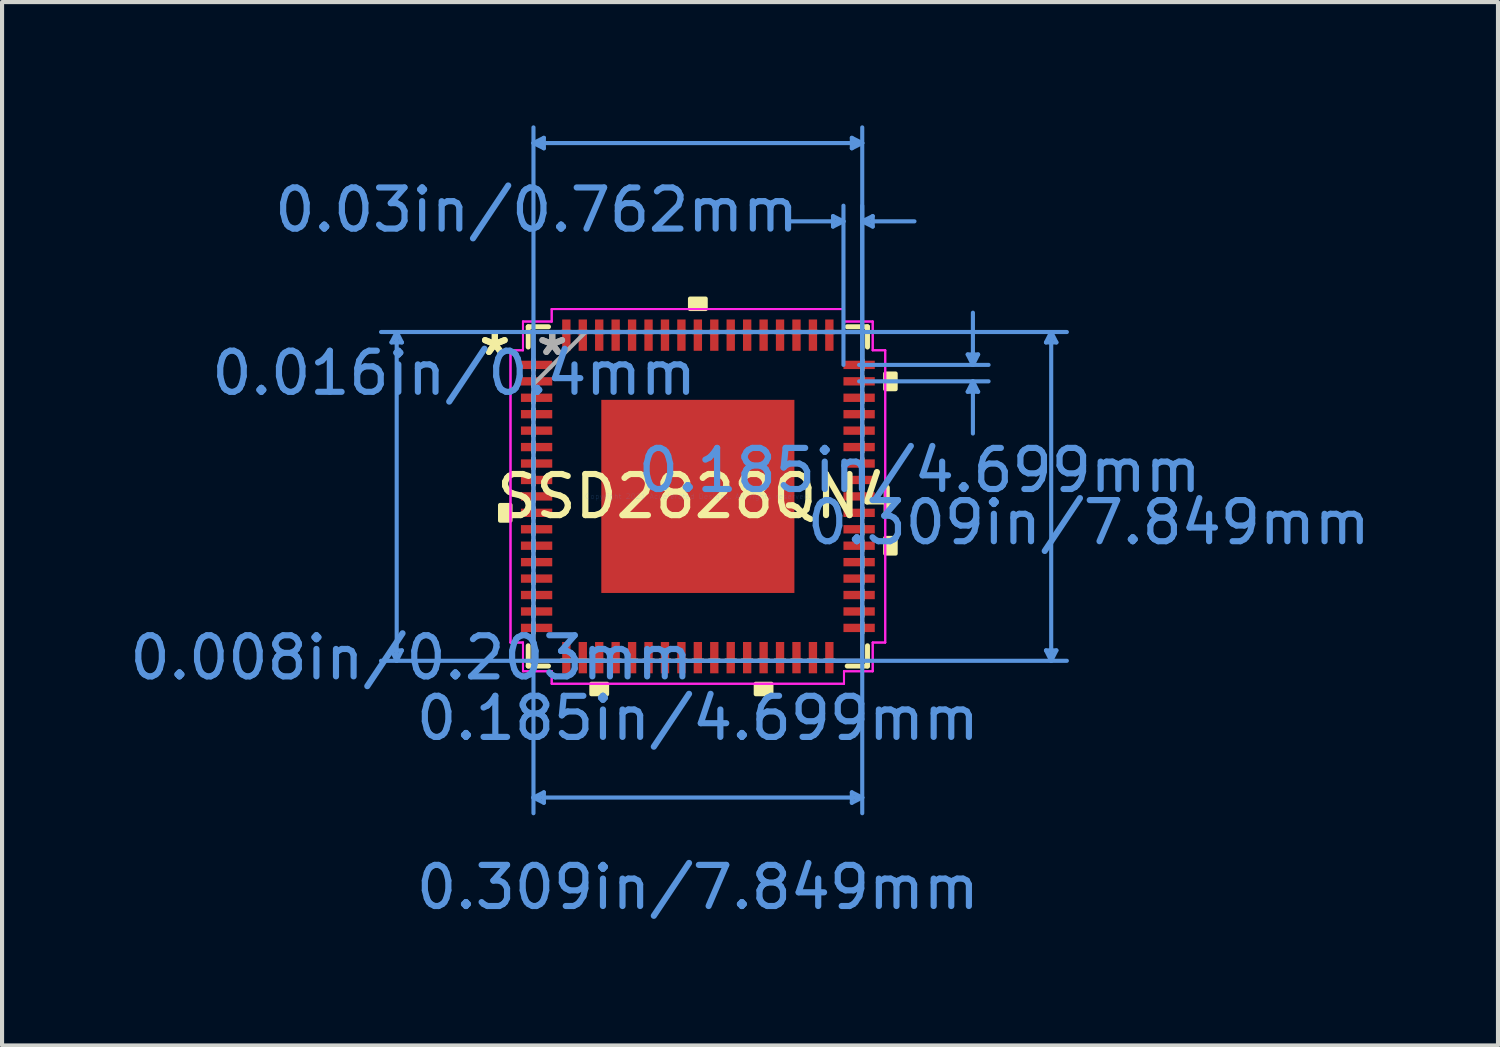
<source format=kicad_pcb>
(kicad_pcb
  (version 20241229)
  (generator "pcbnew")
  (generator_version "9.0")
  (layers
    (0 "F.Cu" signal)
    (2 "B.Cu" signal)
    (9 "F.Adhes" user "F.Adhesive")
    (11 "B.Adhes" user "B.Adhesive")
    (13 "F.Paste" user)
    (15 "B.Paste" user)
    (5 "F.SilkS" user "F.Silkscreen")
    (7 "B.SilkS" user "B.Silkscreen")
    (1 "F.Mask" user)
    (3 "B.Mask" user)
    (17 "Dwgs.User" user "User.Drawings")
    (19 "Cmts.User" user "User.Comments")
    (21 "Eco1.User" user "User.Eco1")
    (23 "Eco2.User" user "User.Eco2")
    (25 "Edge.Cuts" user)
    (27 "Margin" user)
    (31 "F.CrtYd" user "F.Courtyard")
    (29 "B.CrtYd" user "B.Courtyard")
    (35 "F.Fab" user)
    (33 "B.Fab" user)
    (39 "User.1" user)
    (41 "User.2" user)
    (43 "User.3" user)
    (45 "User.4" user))
  (footprint "SSD2828QN4"
    (layer "F.Cu")
    (at 13.931 9.029)
    (property "Reference" "SSD2828QN4" (at 0 0 0) (layer "F.SilkS") (effects (font (size 1 1) (thickness 0.15))))
    (attr through_hole)
    (fp_line (start -4.128 -4.128) (end -4.128 -3.634) (stroke (width 0.12) (type solid)) (layer "F.SilkS"))
    (fp_line (start -4.128 3.634) (end -4.128 4.128) (stroke (width 0.12) (type solid)) (layer "F.SilkS"))
    (fp_line (start -4.128 4.128) (end -3.634 4.128) (stroke (width 0.12) (type solid)) (layer "F.SilkS"))
    (fp_line (start -3.634 -4.128) (end -4.128 -4.128) (stroke (width 0.12) (type solid)) (layer "F.SilkS"))
    (fp_line (start 3.634 4.128) (end 4.128 4.128) (stroke (width 0.12) (type solid)) (layer "F.SilkS"))
    (fp_line (start 4.128 -4.128) (end 3.634 -4.128) (stroke (width 0.12) (type solid)) (layer "F.SilkS"))
    (fp_line (start 4.128 -3.634) (end 4.128 -4.128) (stroke (width 0.12) (type solid)) (layer "F.SilkS"))
    (fp_line (start 4.128 4.128) (end 4.128 3.634) (stroke (width 0.12) (type solid)) (layer "F.SilkS"))
    (fp_poly (pts (xy -4.813 0.209) (xy -4.813 0.59) (xy -4.559 0.59) (xy -4.559 0.209)) (stroke (width 0.1) (type solid)) (fill yes) (layer "F.SilkS"))
    (fp_poly (pts (xy -2.591 4.559) (xy -2.591 4.813) (xy -2.209 4.813) (xy -2.209 4.559)) (stroke (width 0.1) (type solid)) (fill yes) (layer "F.SilkS"))
    (fp_poly (pts (xy -0.191 -4.559) (xy -0.191 -4.813) (xy 0.191 -4.813) (xy 0.191 -4.559)) (stroke (width 0.1) (type solid)) (fill yes) (layer "F.SilkS"))
    (fp_poly (pts (xy 1.409 4.559) (xy 1.409 4.813) (xy 1.79 4.813) (xy 1.79 4.559)) (stroke (width 0.1) (type solid)) (fill yes) (layer "F.SilkS"))
    (fp_poly (pts (xy 4.813 -2.99) (xy 4.813 -2.609) (xy 4.559 -2.609) (xy 4.559 -2.99)) (stroke (width 0.1) (type solid)) (fill yes) (layer "F.SilkS"))
    (fp_poly (pts (xy 4.813 1.01) (xy 4.813 1.391) (xy 4.559 1.391) (xy 4.559 1.01)) (stroke (width 0.1) (type solid)) (fill yes) (layer "F.SilkS"))
    (fp_poly (pts (xy -2.249 -2.249) (xy -2.249 -0.883) (xy -0.883 -0.883) (xy -0.883 -2.249)) (stroke (width 0.1) (type solid)) (fill yes) (layer "F.Paste"))
    (fp_poly (pts (xy -2.249 -0.683) (xy -2.249 0.683) (xy -0.883 0.683) (xy -0.883 -0.683)) (stroke (width 0.1) (type solid)) (fill yes) (layer "F.Paste"))
    (fp_poly (pts (xy -2.249 0.883) (xy -2.249 2.249) (xy -0.883 2.249) (xy -0.883 0.883)) (stroke (width 0.1) (type solid)) (fill yes) (layer "F.Paste"))
    (fp_poly (pts (xy -0.683 -2.249) (xy -0.683 -0.883) (xy 0.683 -0.883) (xy 0.683 -2.249)) (stroke (width 0.1) (type solid)) (fill yes) (layer "F.Paste"))
    (fp_poly (pts (xy -0.683 -0.683) (xy -0.683 0.683) (xy 0.683 0.683) (xy 0.683 -0.683)) (stroke (width 0.1) (type solid)) (fill yes) (layer "F.Paste"))
    (fp_poly (pts (xy -0.683 0.883) (xy -0.683 2.249) (xy 0.683 2.249) (xy 0.683 0.883)) (stroke (width 0.1) (type solid)) (fill yes) (layer "F.Paste"))
    (fp_poly (pts (xy 0.883 -2.249) (xy 0.883 -0.883) (xy 2.249 -0.883) (xy 2.249 -2.249)) (stroke (width 0.1) (type solid)) (fill yes) (layer "F.Paste"))
    (fp_poly (pts (xy 0.883 -0.683) (xy 0.883 0.683) (xy 2.249 0.683) (xy 2.249 -0.683)) (stroke (width 0.1) (type solid)) (fill yes) (layer "F.Paste"))
    (fp_poly (pts (xy 0.883 0.883) (xy 0.883 2.249) (xy 2.249 2.249) (xy 2.249 0.883)) (stroke (width 0.1) (type solid)) (fill yes) (layer "F.Paste"))
    (fp_line (start -7.455 -3.747) (end -7.201 -3.747) (stroke (width 0.1) (type solid)) (layer "Cmts.User"))
    (fp_line (start -7.455 3.747) (end -7.201 3.747) (stroke (width 0.1) (type solid)) (layer "Cmts.User"))
    (fp_line (start -7.328 -4) (end -7.455 -3.747) (stroke (width 0.1) (type solid)) (layer "Cmts.User"))
    (fp_line (start -7.328 -4) (end -7.328 4) (stroke (width 0.1) (type solid)) (layer "Cmts.User"))
    (fp_line (start -7.328 -4) (end -7.201 -3.747) (stroke (width 0.1) (type solid)) (layer "Cmts.User"))
    (fp_line (start -7.328 4) (end -7.455 3.747) (stroke (width 0.1) (type solid)) (layer "Cmts.User"))
    (fp_line (start -7.328 4) (end -7.201 3.747) (stroke (width 0.1) (type solid)) (layer "Cmts.User"))
    (fp_line (start -4 -8.598) (end -3.747 -8.725) (stroke (width 0.1) (type solid)) (layer "Cmts.User"))
    (fp_line (start -4 -8.598) (end -3.747 -8.471) (stroke (width 0.1) (type solid)) (layer "Cmts.User"))
    (fp_line (start -4 -8.598) (end 4 -8.598) (stroke (width 0.1) (type solid)) (layer "Cmts.User"))
    (fp_line (start -4 -4) (end -4 7.709) (stroke (width 0.1) (type solid)) (layer "Cmts.User"))
    (fp_line (start -4 -3.2) (end -4 -8.979) (stroke (width 0.1) (type solid)) (layer "Cmts.User"))
    (fp_line (start -4 7.328) (end -3.747 7.201) (stroke (width 0.1) (type solid)) (layer "Cmts.User"))
    (fp_line (start -4 7.328) (end -3.747 7.455) (stroke (width 0.1) (type solid)) (layer "Cmts.User"))
    (fp_line (start -4 7.328) (end 4 7.328) (stroke (width 0.1) (type solid)) (layer "Cmts.User"))
    (fp_line (start -3.747 -8.725) (end -3.747 -8.471) (stroke (width 0.1) (type solid)) (layer "Cmts.User"))
    (fp_line (start -3.747 7.201) (end -3.747 7.455) (stroke (width 0.1) (type solid)) (layer "Cmts.User"))
    (fp_line (start 3.2 -4) (end 8.979 -4) (stroke (width 0.1) (type solid)) (layer "Cmts.User"))
    (fp_line (start 3.2 4) (end 8.979 4) (stroke (width 0.1) (type solid)) (layer "Cmts.User"))
    (fp_line (start 3.289 -6.82) (end 3.289 -6.566) (stroke (width 0.1) (type solid)) (layer "Cmts.User"))
    (fp_line (start 3.543 -6.693) (end 2.273 -6.693) (stroke (width 0.1) (type solid)) (layer "Cmts.User"))
    (fp_line (start 3.543 -6.693) (end 3.289 -6.82) (stroke (width 0.1) (type solid)) (layer "Cmts.User"))
    (fp_line (start 3.543 -6.693) (end 3.289 -6.566) (stroke (width 0.1) (type solid)) (layer "Cmts.User"))
    (fp_line (start 3.543 -3.2) (end 3.543 -7.074) (stroke (width 0.1) (type solid)) (layer "Cmts.User"))
    (fp_line (start 3.747 -8.725) (end 3.747 -8.471) (stroke (width 0.1) (type solid)) (layer "Cmts.User"))
    (fp_line (start 3.747 7.201) (end 3.747 7.455) (stroke (width 0.1) (type solid)) (layer "Cmts.User"))
    (fp_line (start 3.924 -3.2) (end 7.074 -3.2) (stroke (width 0.1) (type solid)) (layer "Cmts.User"))
    (fp_line (start 3.924 -2.8) (end 7.074 -2.8) (stroke (width 0.1) (type solid)) (layer "Cmts.User"))
    (fp_line (start 4 -8.598) (end 3.747 -8.725) (stroke (width 0.1) (type solid)) (layer "Cmts.User"))
    (fp_line (start 4 -8.598) (end 3.747 -8.471) (stroke (width 0.1) (type solid)) (layer "Cmts.User"))
    (fp_line (start 4 -6.693) (end 4.255 -6.82) (stroke (width 0.1) (type solid)) (layer "Cmts.User"))
    (fp_line (start 4 -6.693) (end 4.255 -6.566) (stroke (width 0.1) (type solid)) (layer "Cmts.User"))
    (fp_line (start 4 -6.693) (end 5.271 -6.693) (stroke (width 0.1) (type solid)) (layer "Cmts.User"))
    (fp_line (start 4 -4) (end -7.709 -4) (stroke (width 0.1) (type solid)) (layer "Cmts.User"))
    (fp_line (start 4 -4) (end 4 7.709) (stroke (width 0.1) (type solid)) (layer "Cmts.User"))
    (fp_line (start 4 -3.2) (end 4 -8.979) (stroke (width 0.1) (type solid)) (layer "Cmts.User"))
    (fp_line (start 4 -3.2) (end 4 -7.074) (stroke (width 0.1) (type solid)) (layer "Cmts.User"))
    (fp_line (start 4 4) (end -7.709 4) (stroke (width 0.1) (type solid)) (layer "Cmts.User"))
    (fp_line (start 4 7.328) (end 3.747 7.201) (stroke (width 0.1) (type solid)) (layer "Cmts.User"))
    (fp_line (start 4 7.328) (end 3.747 7.455) (stroke (width 0.1) (type solid)) (layer "Cmts.User"))
    (fp_line (start 4.255 -6.82) (end 4.255 -6.566) (stroke (width 0.1) (type solid)) (layer "Cmts.User"))
    (fp_line (start 6.566 -3.454) (end 6.82 -3.454) (stroke (width 0.1) (type solid)) (layer "Cmts.User"))
    (fp_line (start 6.566 -2.546) (end 6.82 -2.546) (stroke (width 0.1) (type solid)) (layer "Cmts.User"))
    (fp_line (start 6.693 -3.2) (end 6.566 -3.454) (stroke (width 0.1) (type solid)) (layer "Cmts.User"))
    (fp_line (start 6.693 -3.2) (end 6.693 -4.47) (stroke (width 0.1) (type solid)) (layer "Cmts.User"))
    (fp_line (start 6.693 -3.2) (end 6.82 -3.454) (stroke (width 0.1) (type solid)) (layer "Cmts.User"))
    (fp_line (start 6.693 -2.8) (end 6.566 -2.546) (stroke (width 0.1) (type solid)) (layer "Cmts.User"))
    (fp_line (start 6.693 -2.8) (end 6.693 -1.53) (stroke (width 0.1) (type solid)) (layer "Cmts.User"))
    (fp_line (start 6.693 -2.8) (end 6.82 -2.546) (stroke (width 0.1) (type solid)) (layer "Cmts.User"))
    (fp_line (start 8.471 -3.747) (end 8.725 -3.747) (stroke (width 0.1) (type solid)) (layer "Cmts.User"))
    (fp_line (start 8.471 3.747) (end 8.725 3.747) (stroke (width 0.1) (type solid)) (layer "Cmts.User"))
    (fp_line (start 8.598 -4) (end 8.471 -3.747) (stroke (width 0.1) (type solid)) (layer "Cmts.User"))
    (fp_line (start 8.598 -4) (end 8.598 4) (stroke (width 0.1) (type solid)) (layer "Cmts.User"))
    (fp_line (start 8.598 -4) (end 8.725 -3.747) (stroke (width 0.1) (type solid)) (layer "Cmts.User"))
    (fp_line (start 8.598 4) (end 8.471 3.747) (stroke (width 0.1) (type solid)) (layer "Cmts.User"))
    (fp_line (start 8.598 4) (end 8.725 3.747) (stroke (width 0.1) (type solid)) (layer "Cmts.User"))
    (fp_line (start -4.559 -3.556) (end -4.255 -3.556) (stroke (width 0.05) (type solid)) (layer "F.CrtYd"))
    (fp_line (start -4.559 -3.556) (end -4.255 -3.556) (stroke (width 0.05) (type solid)) (layer "F.CrtYd"))
    (fp_line (start -4.559 3.556) (end -4.559 -3.556) (stroke (width 0.05) (type solid)) (layer "F.CrtYd"))
    (fp_line (start -4.559 3.556) (end -4.559 -3.556) (stroke (width 0.05) (type solid)) (layer "F.CrtYd"))
    (fp_line (start -4.255 -4.255) (end -3.556 -4.255) (stroke (width 0.05) (type solid)) (layer "F.CrtYd"))
    (fp_line (start -4.255 -4.255) (end -3.556 -4.255) (stroke (width 0.05) (type solid)) (layer "F.CrtYd"))
    (fp_line (start -4.255 -3.556) (end -4.255 -4.255) (stroke (width 0.05) (type solid)) (layer "F.CrtYd"))
    (fp_line (start -4.255 -3.556) (end -4.255 -4.255) (stroke (width 0.05) (type solid)) (layer "F.CrtYd"))
    (fp_line (start -4.255 3.556) (end -4.559 3.556) (stroke (width 0.05) (type solid)) (layer "F.CrtYd"))
    (fp_line (start -4.255 3.556) (end -4.559 3.556) (stroke (width 0.05) (type solid)) (layer "F.CrtYd"))
    (fp_line (start -4.255 4.255) (end -4.255 3.556) (stroke (width 0.05) (type solid)) (layer "F.CrtYd"))
    (fp_line (start -4.255 4.255) (end -4.255 3.556) (stroke (width 0.05) (type solid)) (layer "F.CrtYd"))
    (fp_line (start -3.556 -4.559) (end 3.556 -4.559) (stroke (width 0.05) (type solid)) (layer "F.CrtYd"))
    (fp_line (start -3.556 -4.559) (end 3.556 -4.559) (stroke (width 0.05) (type solid)) (layer "F.CrtYd"))
    (fp_line (start -3.556 -4.255) (end -3.556 -4.559) (stroke (width 0.05) (type solid)) (layer "F.CrtYd"))
    (fp_line (start -3.556 -4.255) (end -3.556 -4.559) (stroke (width 0.05) (type solid)) (layer "F.CrtYd"))
    (fp_line (start -3.556 4.255) (end -4.255 4.255) (stroke (width 0.05) (type solid)) (layer "F.CrtYd"))
    (fp_line (start -3.556 4.255) (end -4.255 4.255) (stroke (width 0.05) (type solid)) (layer "F.CrtYd"))
    (fp_line (start -3.556 4.559) (end -3.556 4.255) (stroke (width 0.05) (type solid)) (layer "F.CrtYd"))
    (fp_line (start -3.556 4.559) (end -3.556 4.255) (stroke (width 0.05) (type solid)) (layer "F.CrtYd"))
    (fp_line (start 3.556 -4.559) (end 3.556 -4.255) (stroke (width 0.05) (type solid)) (layer "F.CrtYd"))
    (fp_line (start 3.556 -4.559) (end 3.556 -4.255) (stroke (width 0.05) (type solid)) (layer "F.CrtYd"))
    (fp_line (start 3.556 -4.255) (end 4.255 -4.255) (stroke (width 0.05) (type solid)) (layer "F.CrtYd"))
    (fp_line (start 3.556 -4.255) (end 4.255 -4.255) (stroke (width 0.05) (type solid)) (layer "F.CrtYd"))
    (fp_line (start 3.556 4.255) (end 3.556 4.559) (stroke (width 0.05) (type solid)) (layer "F.CrtYd"))
    (fp_line (start 3.556 4.255) (end 3.556 4.559) (stroke (width 0.05) (type solid)) (layer "F.CrtYd"))
    (fp_line (start 3.556 4.559) (end -3.556 4.559) (stroke (width 0.05) (type solid)) (layer "F.CrtYd"))
    (fp_line (start 3.556 4.559) (end -3.556 4.559) (stroke (width 0.05) (type solid)) (layer "F.CrtYd"))
    (fp_line (start 4.255 -4.255) (end 4.255 -3.556) (stroke (width 0.05) (type solid)) (layer "F.CrtYd"))
    (fp_line (start 4.255 -4.255) (end 4.255 -3.556) (stroke (width 0.05) (type solid)) (layer "F.CrtYd"))
    (fp_line (start 4.255 -3.556) (end 4.559 -3.556) (stroke (width 0.05) (type solid)) (layer "F.CrtYd"))
    (fp_line (start 4.255 -3.556) (end 4.559 -3.556) (stroke (width 0.05) (type solid)) (layer "F.CrtYd"))
    (fp_line (start 4.255 3.556) (end 4.255 4.255) (stroke (width 0.05) (type solid)) (layer "F.CrtYd"))
    (fp_line (start 4.255 3.556) (end 4.255 4.255) (stroke (width 0.05) (type solid)) (layer "F.CrtYd"))
    (fp_line (start 4.255 4.255) (end 3.556 4.255) (stroke (width 0.05) (type solid)) (layer "F.CrtYd"))
    (fp_line (start 4.255 4.255) (end 3.556 4.255) (stroke (width 0.05) (type solid)) (layer "F.CrtYd"))
    (fp_line (start 4.559 -3.556) (end 4.559 3.556) (stroke (width 0.05) (type solid)) (layer "F.CrtYd"))
    (fp_line (start 4.559 -3.556) (end 4.559 3.556) (stroke (width 0.05) (type solid)) (layer "F.CrtYd"))
    (fp_line (start 4.559 3.556) (end 4.255 3.556) (stroke (width 0.05) (type solid)) (layer "F.CrtYd"))
    (fp_line (start 4.559 3.556) (end 4.255 3.556) (stroke (width 0.05) (type solid)) (layer "F.CrtYd"))
    (fp_line (start -4 -4) (end -4 -4) (stroke (width 0.1) (type solid)) (layer "F.Fab"))
    (fp_line (start -4 -4) (end -4 4) (stroke (width 0.1) (type solid)) (layer "F.Fab"))
    (fp_line (start -4 -3.327) (end -4 -3.327) (stroke (width 0.1) (type solid)) (layer "F.Fab"))
    (fp_line (start -4 -3.327) (end -4 -3.073) (stroke (width 0.1) (type solid)) (layer "F.Fab"))
    (fp_line (start -4 -3.073) (end -4 -3.327) (stroke (width 0.1) (type solid)) (layer "F.Fab"))
    (fp_line (start -4 -3.073) (end -4 -3.073) (stroke (width 0.1) (type solid)) (layer "F.Fab"))
    (fp_line (start -4 -2.927) (end -4 -2.927) (stroke (width 0.1) (type solid)) (layer "F.Fab"))
    (fp_line (start -4 -2.927) (end -4 -2.673) (stroke (width 0.1) (type solid)) (layer "F.Fab"))
    (fp_line (start -4 -2.731) (end -2.731 -4) (stroke (width 0.1) (type solid)) (layer "F.Fab"))
    (fp_line (start -4 -2.673) (end -4 -2.927) (stroke (width 0.1) (type solid)) (layer "F.Fab"))
    (fp_line (start -4 -2.673) (end -4 -2.673) (stroke (width 0.1) (type solid)) (layer "F.Fab"))
    (fp_line (start -4 -2.527) (end -4 -2.527) (stroke (width 0.1) (type solid)) (layer "F.Fab"))
    (fp_line (start -4 -2.527) (end -4 -2.273) (stroke (width 0.1) (type solid)) (layer "F.Fab"))
    (fp_line (start -4 -2.273) (end -4 -2.527) (stroke (width 0.1) (type solid)) (layer "F.Fab"))
    (fp_line (start -4 -2.273) (end -4 -2.273) (stroke (width 0.1) (type solid)) (layer "F.Fab"))
    (fp_line (start -4 -2.127) (end -4 -2.127) (stroke (width 0.1) (type solid)) (layer "F.Fab"))
    (fp_line (start -4 -2.127) (end -4 -1.873) (stroke (width 0.1) (type solid)) (layer "F.Fab"))
    (fp_line (start -4 -1.873) (end -4 -2.127) (stroke (width 0.1) (type solid)) (layer "F.Fab"))
    (fp_line (start -4 -1.873) (end -4 -1.873) (stroke (width 0.1) (type solid)) (layer "F.Fab"))
    (fp_line (start -4 -1.727) (end -4 -1.727) (stroke (width 0.1) (type solid)) (layer "F.Fab"))
    (fp_line (start -4 -1.727) (end -4 -1.473) (stroke (width 0.1) (type solid)) (layer "F.Fab"))
    (fp_line (start -4 -1.473) (end -4 -1.727) (stroke (width 0.1) (type solid)) (layer "F.Fab"))
    (fp_line (start -4 -1.473) (end -4 -1.473) (stroke (width 0.1) (type solid)) (layer "F.Fab"))
    (fp_line (start -4 -1.327) (end -4 -1.327) (stroke (width 0.1) (type solid)) (layer "F.Fab"))
    (fp_line (start -4 -1.327) (end -4 -1.073) (stroke (width 0.1) (type solid)) (layer "F.Fab"))
    (fp_line (start -4 -1.073) (end -4 -1.327) (stroke (width 0.1) (type solid)) (layer "F.Fab"))
    (fp_line (start -4 -1.073) (end -4 -1.073) (stroke (width 0.1) (type solid)) (layer "F.Fab"))
    (fp_line (start -4 -0.927) (end -4 -0.927) (stroke (width 0.1) (type solid)) (layer "F.Fab"))
    (fp_line (start -4 -0.927) (end -4 -0.673) (stroke (width 0.1) (type solid)) (layer "F.Fab"))
    (fp_line (start -4 -0.673) (end -4 -0.927) (stroke (width 0.1) (type solid)) (layer "F.Fab"))
    (fp_line (start -4 -0.673) (end -4 -0.673) (stroke (width 0.1) (type solid)) (layer "F.Fab"))
    (fp_line (start -4 -0.527) (end -4 -0.527) (stroke (width 0.1) (type solid)) (layer "F.Fab"))
    (fp_line (start -4 -0.527) (end -4 -0.273) (stroke (width 0.1) (type solid)) (layer "F.Fab"))
    (fp_line (start -4 -0.273) (end -4 -0.527) (stroke (width 0.1) (type solid)) (layer "F.Fab"))
    (fp_line (start -4 -0.273) (end -4 -0.273) (stroke (width 0.1) (type solid)) (layer "F.Fab"))
    (fp_line (start -4 -0.127) (end -4 -0.127) (stroke (width 0.1) (type solid)) (layer "F.Fab"))
    (fp_line (start -4 -0.127) (end -4 0.127) (stroke (width 0.1) (type solid)) (layer "F.Fab"))
    (fp_line (start -4 0.127) (end -4 -0.127) (stroke (width 0.1) (type solid)) (layer "F.Fab"))
    (fp_line (start -4 0.127) (end -4 0.127) (stroke (width 0.1) (type solid)) (layer "F.Fab"))
    (fp_line (start -4 0.273) (end -4 0.273) (stroke (width 0.1) (type solid)) (layer "F.Fab"))
    (fp_line (start -4 0.273) (end -4 0.527) (stroke (width 0.1) (type solid)) (layer "F.Fab"))
    (fp_line (start -4 0.527) (end -4 0.273) (stroke (width 0.1) (type solid)) (layer "F.Fab"))
    (fp_line (start -4 0.527) (end -4 0.527) (stroke (width 0.1) (type solid)) (layer "F.Fab"))
    (fp_line (start -4 0.673) (end -4 0.673) (stroke (width 0.1) (type solid)) (layer "F.Fab"))
    (fp_line (start -4 0.673) (end -4 0.927) (stroke (width 0.1) (type solid)) (layer "F.Fab"))
    (fp_line (start -4 0.927) (end -4 0.673) (stroke (width 0.1) (type solid)) (layer "F.Fab"))
    (fp_line (start -4 0.927) (end -4 0.927) (stroke (width 0.1) (type solid)) (layer "F.Fab"))
    (fp_line (start -4 1.073) (end -4 1.073) (stroke (width 0.1) (type solid)) (layer "F.Fab"))
    (fp_line (start -4 1.073) (end -4 1.327) (stroke (width 0.1) (type solid)) (layer "F.Fab"))
    (fp_line (start -4 1.327) (end -4 1.073) (stroke (width 0.1) (type solid)) (layer "F.Fab"))
    (fp_line (start -4 1.327) (end -4 1.327) (stroke (width 0.1) (type solid)) (layer "F.Fab"))
    (fp_line (start -4 1.473) (end -4 1.473) (stroke (width 0.1) (type solid)) (layer "F.Fab"))
    (fp_line (start -4 1.473) (end -4 1.727) (stroke (width 0.1) (type solid)) (layer "F.Fab"))
    (fp_line (start -4 1.727) (end -4 1.473) (stroke (width 0.1) (type solid)) (layer "F.Fab"))
    (fp_line (start -4 1.727) (end -4 1.727) (stroke (width 0.1) (type solid)) (layer "F.Fab"))
    (fp_line (start -4 1.873) (end -4 1.873) (stroke (width 0.1) (type solid)) (layer "F.Fab"))
    (fp_line (start -4 1.873) (end -4 2.127) (stroke (width 0.1) (type solid)) (layer "F.Fab"))
    (fp_line (start -4 2.127) (end -4 1.873) (stroke (width 0.1) (type solid)) (layer "F.Fab"))
    (fp_line (start -4 2.127) (end -4 2.127) (stroke (width 0.1) (type solid)) (layer "F.Fab"))
    (fp_line (start -4 2.273) (end -4 2.273) (stroke (width 0.1) (type solid)) (layer "F.Fab"))
    (fp_line (start -4 2.273) (end -4 2.527) (stroke (width 0.1) (type solid)) (layer "F.Fab"))
    (fp_line (start -4 2.527) (end -4 2.273) (stroke (width 0.1) (type solid)) (layer "F.Fab"))
    (fp_line (start -4 2.527) (end -4 2.527) (stroke (width 0.1) (type solid)) (layer "F.Fab"))
    (fp_line (start -4 2.673) (end -4 2.673) (stroke (width 0.1) (type solid)) (layer "F.Fab"))
    (fp_line (start -4 2.673) (end -4 2.927) (stroke (width 0.1) (type solid)) (layer "F.Fab"))
    (fp_line (start -4 2.927) (end -4 2.673) (stroke (width 0.1) (type solid)) (layer "F.Fab"))
    (fp_line (start -4 2.927) (end -4 2.927) (stroke (width 0.1) (type solid)) (layer "F.Fab"))
    (fp_line (start -4 3.073) (end -4 3.073) (stroke (width 0.1) (type solid)) (layer "F.Fab"))
    (fp_line (start -4 3.073) (end -4 3.327) (stroke (width 0.1) (type solid)) (layer "F.Fab"))
    (fp_line (start -4 3.327) (end -4 3.073) (stroke (width 0.1) (type solid)) (layer "F.Fab"))
    (fp_line (start -4 3.327) (end -4 3.327) (stroke (width 0.1) (type solid)) (layer "F.Fab"))
    (fp_line (start -4 4) (end -4 4) (stroke (width 0.1) (type solid)) (layer "F.Fab"))
    (fp_line (start -4 4) (end 4 4) (stroke (width 0.1) (type solid)) (layer "F.Fab"))
    (fp_line (start -3.327 -4) (end -3.327 -4) (stroke (width 0.1) (type solid)) (layer "F.Fab"))
    (fp_line (start -3.327 -4) (end -3.073 -4) (stroke (width 0.1) (type solid)) (layer "F.Fab"))
    (fp_line (start -3.327 4) (end -3.327 4) (stroke (width 0.1) (type solid)) (layer "F.Fab"))
    (fp_line (start -3.327 4) (end -3.073 4) (stroke (width 0.1) (type solid)) (layer "F.Fab"))
    (fp_line (start -3.073 -4) (end -3.327 -4) (stroke (width 0.1) (type solid)) (layer "F.Fab"))
    (fp_line (start -3.073 -4) (end -3.073 -4) (stroke (width 0.1) (type solid)) (layer "F.Fab"))
    (fp_line (start -3.073 4) (end -3.327 4) (stroke (width 0.1) (type solid)) (layer "F.Fab"))
    (fp_line (start -3.073 4) (end -3.073 4) (stroke (width 0.1) (type solid)) (layer "F.Fab"))
    (fp_line (start -2.927 -4) (end -2.927 -4) (stroke (width 0.1) (type solid)) (layer "F.Fab"))
    (fp_line (start -2.927 -4) (end -2.673 -4) (stroke (width 0.1) (type solid)) (layer "F.Fab"))
    (fp_line (start -2.927 4) (end -2.927 4) (stroke (width 0.1) (type solid)) (layer "F.Fab"))
    (fp_line (start -2.927 4) (end -2.673 4) (stroke (width 0.1) (type solid)) (layer "F.Fab"))
    (fp_line (start -2.673 -4) (end -2.927 -4) (stroke (width 0.1) (type solid)) (layer "F.Fab"))
    (fp_line (start -2.673 -4) (end -2.673 -4) (stroke (width 0.1) (type solid)) (layer "F.Fab"))
    (fp_line (start -2.673 4) (end -2.927 4) (stroke (width 0.1) (type solid)) (layer "F.Fab"))
    (fp_line (start -2.673 4) (end -2.673 4) (stroke (width 0.1) (type solid)) (layer "F.Fab"))
    (fp_line (start -2.527 -4) (end -2.527 -4) (stroke (width 0.1) (type solid)) (layer "F.Fab"))
    (fp_line (start -2.527 -4) (end -2.273 -4) (stroke (width 0.1) (type solid)) (layer "F.Fab"))
    (fp_line (start -2.527 4) (end -2.527 4) (stroke (width 0.1) (type solid)) (layer "F.Fab"))
    (fp_line (start -2.527 4) (end -2.273 4) (stroke (width 0.1) (type solid)) (layer "F.Fab"))
    (fp_line (start -2.273 -4) (end -2.527 -4) (stroke (width 0.1) (type solid)) (layer "F.Fab"))
    (fp_line (start -2.273 -4) (end -2.273 -4) (stroke (width 0.1) (type solid)) (layer "F.Fab"))
    (fp_line (start -2.273 4) (end -2.527 4) (stroke (width 0.1) (type solid)) (layer "F.Fab"))
    (fp_line (start -2.273 4) (end -2.273 4) (stroke (width 0.1) (type solid)) (layer "F.Fab"))
    (fp_line (start -2.127 -4) (end -2.127 -4) (stroke (width 0.1) (type solid)) (layer "F.Fab"))
    (fp_line (start -2.127 -4) (end -1.873 -4) (stroke (width 0.1) (type solid)) (layer "F.Fab"))
    (fp_line (start -2.127 4) (end -2.127 4) (stroke (width 0.1) (type solid)) (layer "F.Fab"))
    (fp_line (start -2.127 4) (end -1.873 4) (stroke (width 0.1) (type solid)) (layer "F.Fab"))
    (fp_line (start -1.873 -4) (end -2.127 -4) (stroke (width 0.1) (type solid)) (layer "F.Fab"))
    (fp_line (start -1.873 -4) (end -1.873 -4) (stroke (width 0.1) (type solid)) (layer "F.Fab"))
    (fp_line (start -1.873 4) (end -2.127 4) (stroke (width 0.1) (type solid)) (layer "F.Fab"))
    (fp_line (start -1.873 4) (end -1.873 4) (stroke (width 0.1) (type solid)) (layer "F.Fab"))
    (fp_line (start -1.727 -4) (end -1.727 -4) (stroke (width 0.1) (type solid)) (layer "F.Fab"))
    (fp_line (start -1.727 -4) (end -1.473 -4) (stroke (width 0.1) (type solid)) (layer "F.Fab"))
    (fp_line (start -1.727 4) (end -1.727 4) (stroke (width 0.1) (type solid)) (layer "F.Fab"))
    (fp_line (start -1.727 4) (end -1.473 4) (stroke (width 0.1) (type solid)) (layer "F.Fab"))
    (fp_line (start -1.473 -4) (end -1.727 -4) (stroke (width 0.1) (type solid)) (layer "F.Fab"))
    (fp_line (start -1.473 -4) (end -1.473 -4) (stroke (width 0.1) (type solid)) (layer "F.Fab"))
    (fp_line (start -1.473 4) (end -1.727 4) (stroke (width 0.1) (type solid)) (layer "F.Fab"))
    (fp_line (start -1.473 4) (end -1.473 4) (stroke (width 0.1) (type solid)) (layer "F.Fab"))
    (fp_line (start -1.327 -4) (end -1.327 -4) (stroke (width 0.1) (type solid)) (layer "F.Fab"))
    (fp_line (start -1.327 -4) (end -1.073 -4) (stroke (width 0.1) (type solid)) (layer "F.Fab"))
    (fp_line (start -1.327 4) (end -1.327 4) (stroke (width 0.1) (type solid)) (layer "F.Fab"))
    (fp_line (start -1.327 4) (end -1.073 4) (stroke (width 0.1) (type solid)) (layer "F.Fab"))
    (fp_line (start -1.073 -4) (end -1.327 -4) (stroke (width 0.1) (type solid)) (layer "F.Fab"))
    (fp_line (start -1.073 -4) (end -1.073 -4) (stroke (width 0.1) (type solid)) (layer "F.Fab"))
    (fp_line (start -1.073 4) (end -1.327 4) (stroke (width 0.1) (type solid)) (layer "F.Fab"))
    (fp_line (start -1.073 4) (end -1.073 4) (stroke (width 0.1) (type solid)) (layer "F.Fab"))
    (fp_line (start -0.927 -4) (end -0.927 -4) (stroke (width 0.1) (type solid)) (layer "F.Fab"))
    (fp_line (start -0.927 -4) (end -0.673 -4) (stroke (width 0.1) (type solid)) (layer "F.Fab"))
    (fp_line (start -0.927 4) (end -0.927 4) (stroke (width 0.1) (type solid)) (layer "F.Fab"))
    (fp_line (start -0.927 4) (end -0.673 4) (stroke (width 0.1) (type solid)) (layer "F.Fab"))
    (fp_line (start -0.673 -4) (end -0.927 -4) (stroke (width 0.1) (type solid)) (layer "F.Fab"))
    (fp_line (start -0.673 -4) (end -0.673 -4) (stroke (width 0.1) (type solid)) (layer "F.Fab"))
    (fp_line (start -0.673 4) (end -0.927 4) (stroke (width 0.1) (type solid)) (layer "F.Fab"))
    (fp_line (start -0.673 4) (end -0.673 4) (stroke (width 0.1) (type solid)) (layer "F.Fab"))
    (fp_line (start -0.527 -4) (end -0.527 -4) (stroke (width 0.1) (type solid)) (layer "F.Fab"))
    (fp_line (start -0.527 -4) (end -0.273 -4) (stroke (width 0.1) (type solid)) (layer "F.Fab"))
    (fp_line (start -0.527 4) (end -0.527 4) (stroke (width 0.1) (type solid)) (layer "F.Fab"))
    (fp_line (start -0.527 4) (end -0.273 4) (stroke (width 0.1) (type solid)) (layer "F.Fab"))
    (fp_line (start -0.273 -4) (end -0.527 -4) (stroke (width 0.1) (type solid)) (layer "F.Fab"))
    (fp_line (start -0.273 -4) (end -0.273 -4) (stroke (width 0.1) (type solid)) (layer "F.Fab"))
    (fp_line (start -0.273 4) (end -0.527 4) (stroke (width 0.1) (type solid)) (layer "F.Fab"))
    (fp_line (start -0.273 4) (end -0.273 4) (stroke (width 0.1) (type solid)) (layer "F.Fab"))
    (fp_line (start -0.127 -4) (end -0.127 -4) (stroke (width 0.1) (type solid)) (layer "F.Fab"))
    (fp_line (start -0.127 -4) (end 0.127 -4) (stroke (width 0.1) (type solid)) (layer "F.Fab"))
    (fp_line (start -0.127 4) (end -0.127 4) (stroke (width 0.1) (type solid)) (layer "F.Fab"))
    (fp_line (start -0.127 4) (end 0.127 4) (stroke (width 0.1) (type solid)) (layer "F.Fab"))
    (fp_line (start 0.127 -4) (end -0.127 -4) (stroke (width 0.1) (type solid)) (layer "F.Fab"))
    (fp_line (start 0.127 -4) (end 0.127 -4) (stroke (width 0.1) (type solid)) (layer "F.Fab"))
    (fp_line (start 0.127 4) (end -0.127 4) (stroke (width 0.1) (type solid)) (layer "F.Fab"))
    (fp_line (start 0.127 4) (end 0.127 4) (stroke (width 0.1) (type solid)) (layer "F.Fab"))
    (fp_line (start 0.273 -4) (end 0.273 -4) (stroke (width 0.1) (type solid)) (layer "F.Fab"))
    (fp_line (start 0.273 -4) (end 0.527 -4) (stroke (width 0.1) (type solid)) (layer "F.Fab"))
    (fp_line (start 0.273 4) (end 0.273 4) (stroke (width 0.1) (type solid)) (layer "F.Fab"))
    (fp_line (start 0.273 4) (end 0.527 4) (stroke (width 0.1) (type solid)) (layer "F.Fab"))
    (fp_line (start 0.527 -4) (end 0.273 -4) (stroke (width 0.1) (type solid)) (layer "F.Fab"))
    (fp_line (start 0.527 -4) (end 0.527 -4) (stroke (width 0.1) (type solid)) (layer "F.Fab"))
    (fp_line (start 0.527 4) (end 0.273 4) (stroke (width 0.1) (type solid)) (layer "F.Fab"))
    (fp_line (start 0.527 4) (end 0.527 4) (stroke (width 0.1) (type solid)) (layer "F.Fab"))
    (fp_line (start 0.673 -4) (end 0.673 -4) (stroke (width 0.1) (type solid)) (layer "F.Fab"))
    (fp_line (start 0.673 -4) (end 0.927 -4) (stroke (width 0.1) (type solid)) (layer "F.Fab"))
    (fp_line (start 0.673 4) (end 0.673 4) (stroke (width 0.1) (type solid)) (layer "F.Fab"))
    (fp_line (start 0.673 4) (end 0.927 4) (stroke (width 0.1) (type solid)) (layer "F.Fab"))
    (fp_line (start 0.927 -4) (end 0.673 -4) (stroke (width 0.1) (type solid)) (layer "F.Fab"))
    (fp_line (start 0.927 -4) (end 0.927 -4) (stroke (width 0.1) (type solid)) (layer "F.Fab"))
    (fp_line (start 0.927 4) (end 0.673 4) (stroke (width 0.1) (type solid)) (layer "F.Fab"))
    (fp_line (start 0.927 4) (end 0.927 4) (stroke (width 0.1) (type solid)) (layer "F.Fab"))
    (fp_line (start 1.073 -4) (end 1.073 -4) (stroke (width 0.1) (type solid)) (layer "F.Fab"))
    (fp_line (start 1.073 -4) (end 1.327 -4) (stroke (width 0.1) (type solid)) (layer "F.Fab"))
    (fp_line (start 1.073 4) (end 1.073 4) (stroke (width 0.1) (type solid)) (layer "F.Fab"))
    (fp_line (start 1.073 4) (end 1.327 4) (stroke (width 0.1) (type solid)) (layer "F.Fab"))
    (fp_line (start 1.327 -4) (end 1.073 -4) (stroke (width 0.1) (type solid)) (layer "F.Fab"))
    (fp_line (start 1.327 -4) (end 1.327 -4) (stroke (width 0.1) (type solid)) (layer "F.Fab"))
    (fp_line (start 1.327 4) (end 1.073 4) (stroke (width 0.1) (type solid)) (layer "F.Fab"))
    (fp_line (start 1.327 4) (end 1.327 4) (stroke (width 0.1) (type solid)) (layer "F.Fab"))
    (fp_line (start 1.473 -4) (end 1.473 -4) (stroke (width 0.1) (type solid)) (layer "F.Fab"))
    (fp_line (start 1.473 -4) (end 1.727 -4) (stroke (width 0.1) (type solid)) (layer "F.Fab"))
    (fp_line (start 1.473 4) (end 1.473 4) (stroke (width 0.1) (type solid)) (layer "F.Fab"))
    (fp_line (start 1.473 4) (end 1.727 4) (stroke (width 0.1) (type solid)) (layer "F.Fab"))
    (fp_line (start 1.727 -4) (end 1.473 -4) (stroke (width 0.1) (type solid)) (layer "F.Fab"))
    (fp_line (start 1.727 -4) (end 1.727 -4) (stroke (width 0.1) (type solid)) (layer "F.Fab"))
    (fp_line (start 1.727 4) (end 1.473 4) (stroke (width 0.1) (type solid)) (layer "F.Fab"))
    (fp_line (start 1.727 4) (end 1.727 4) (stroke (width 0.1) (type solid)) (layer "F.Fab"))
    (fp_line (start 1.873 -4) (end 1.873 -4) (stroke (width 0.1) (type solid)) (layer "F.Fab"))
    (fp_line (start 1.873 -4) (end 2.127 -4) (stroke (width 0.1) (type solid)) (layer "F.Fab"))
    (fp_line (start 1.873 4) (end 1.873 4) (stroke (width 0.1) (type solid)) (layer "F.Fab"))
    (fp_line (start 1.873 4) (end 2.127 4) (stroke (width 0.1) (type solid)) (layer "F.Fab"))
    (fp_line (start 2.127 -4) (end 1.873 -4) (stroke (width 0.1) (type solid)) (layer "F.Fab"))
    (fp_line (start 2.127 -4) (end 2.127 -4) (stroke (width 0.1) (type solid)) (layer "F.Fab"))
    (fp_line (start 2.127 4) (end 1.873 4) (stroke (width 0.1) (type solid)) (layer "F.Fab"))
    (fp_line (start 2.127 4) (end 2.127 4) (stroke (width 0.1) (type solid)) (layer "F.Fab"))
    (fp_line (start 2.273 -4) (end 2.273 -4) (stroke (width 0.1) (type solid)) (layer "F.Fab"))
    (fp_line (start 2.273 -4) (end 2.527 -4) (stroke (width 0.1) (type solid)) (layer "F.Fab"))
    (fp_line (start 2.273 4) (end 2.273 4) (stroke (width 0.1) (type solid)) (layer "F.Fab"))
    (fp_line (start 2.273 4) (end 2.527 4) (stroke (width 0.1) (type solid)) (layer "F.Fab"))
    (fp_line (start 2.527 -4) (end 2.273 -4) (stroke (width 0.1) (type solid)) (layer "F.Fab"))
    (fp_line (start 2.527 -4) (end 2.527 -4) (stroke (width 0.1) (type solid)) (layer "F.Fab"))
    (fp_line (start 2.527 4) (end 2.273 4) (stroke (width 0.1) (type solid)) (layer "F.Fab"))
    (fp_line (start 2.527 4) (end 2.527 4) (stroke (width 0.1) (type solid)) (layer "F.Fab"))
    (fp_line (start 2.673 -4) (end 2.673 -4) (stroke (width 0.1) (type solid)) (layer "F.Fab"))
    (fp_line (start 2.673 -4) (end 2.927 -4) (stroke (width 0.1) (type solid)) (layer "F.Fab"))
    (fp_line (start 2.673 4) (end 2.673 4) (stroke (width 0.1) (type solid)) (layer "F.Fab"))
    (fp_line (start 2.673 4) (end 2.927 4) (stroke (width 0.1) (type solid)) (layer "F.Fab"))
    (fp_line (start 2.927 -4) (end 2.673 -4) (stroke (width 0.1) (type solid)) (layer "F.Fab"))
    (fp_line (start 2.927 -4) (end 2.927 -4) (stroke (width 0.1) (type solid)) (layer "F.Fab"))
    (fp_line (start 2.927 4) (end 2.673 4) (stroke (width 0.1) (type solid)) (layer "F.Fab"))
    (fp_line (start 2.927 4) (end 2.927 4) (stroke (width 0.1) (type solid)) (layer "F.Fab"))
    (fp_line (start 3.073 -4) (end 3.073 -4) (stroke (width 0.1) (type solid)) (layer "F.Fab"))
    (fp_line (start 3.073 -4) (end 3.327 -4) (stroke (width 0.1) (type solid)) (layer "F.Fab"))
    (fp_line (start 3.073 4) (end 3.073 4) (stroke (width 0.1) (type solid)) (layer "F.Fab"))
    (fp_line (start 3.073 4) (end 3.327 4) (stroke (width 0.1) (type solid)) (layer "F.Fab"))
    (fp_line (start 3.327 -4) (end 3.073 -4) (stroke (width 0.1) (type solid)) (layer "F.Fab"))
    (fp_line (start 3.327 -4) (end 3.327 -4) (stroke (width 0.1) (type solid)) (layer "F.Fab"))
    (fp_line (start 3.327 4) (end 3.073 4) (stroke (width 0.1) (type solid)) (layer "F.Fab"))
    (fp_line (start 3.327 4) (end 3.327 4) (stroke (width 0.1) (type solid)) (layer "F.Fab"))
    (fp_line (start 4 -4) (end -4 -4) (stroke (width 0.1) (type solid)) (layer "F.Fab"))
    (fp_line (start 4 -4) (end 4 -4) (stroke (width 0.1) (type solid)) (layer "F.Fab"))
    (fp_line (start 4 -3.327) (end 4 -3.327) (stroke (width 0.1) (type solid)) (layer "F.Fab"))
    (fp_line (start 4 -3.327) (end 4 -3.073) (stroke (width 0.1) (type solid)) (layer "F.Fab"))
    (fp_line (start 4 -3.073) (end 4 -3.327) (stroke (width 0.1) (type solid)) (layer "F.Fab"))
    (fp_line (start 4 -3.073) (end 4 -3.073) (stroke (width 0.1) (type solid)) (layer "F.Fab"))
    (fp_line (start 4 -2.927) (end 4 -2.927) (stroke (width 0.1) (type solid)) (layer "F.Fab"))
    (fp_line (start 4 -2.927) (end 4 -2.673) (stroke (width 0.1) (type solid)) (layer "F.Fab"))
    (fp_line (start 4 -2.673) (end 4 -2.927) (stroke (width 0.1) (type solid)) (layer "F.Fab"))
    (fp_line (start 4 -2.673) (end 4 -2.673) (stroke (width 0.1) (type solid)) (layer "F.Fab"))
    (fp_line (start 4 -2.527) (end 4 -2.527) (stroke (width 0.1) (type solid)) (layer "F.Fab"))
    (fp_line (start 4 -2.527) (end 4 -2.273) (stroke (width 0.1) (type solid)) (layer "F.Fab"))
    (fp_line (start 4 -2.273) (end 4 -2.527) (stroke (width 0.1) (type solid)) (layer "F.Fab"))
    (fp_line (start 4 -2.273) (end 4 -2.273) (stroke (width 0.1) (type solid)) (layer "F.Fab"))
    (fp_line (start 4 -2.127) (end 4 -2.127) (stroke (width 0.1) (type solid)) (layer "F.Fab"))
    (fp_line (start 4 -2.127) (end 4 -1.873) (stroke (width 0.1) (type solid)) (layer "F.Fab"))
    (fp_line (start 4 -1.873) (end 4 -2.127) (stroke (width 0.1) (type solid)) (layer "F.Fab"))
    (fp_line (start 4 -1.873) (end 4 -1.873) (stroke (width 0.1) (type solid)) (layer "F.Fab"))
    (fp_line (start 4 -1.727) (end 4 -1.727) (stroke (width 0.1) (type solid)) (layer "F.Fab"))
    (fp_line (start 4 -1.727) (end 4 -1.473) (stroke (width 0.1) (type solid)) (layer "F.Fab"))
    (fp_line (start 4 -1.473) (end 4 -1.727) (stroke (width 0.1) (type solid)) (layer "F.Fab"))
    (fp_line (start 4 -1.473) (end 4 -1.473) (stroke (width 0.1) (type solid)) (layer "F.Fab"))
    (fp_line (start 4 -1.327) (end 4 -1.327) (stroke (width 0.1) (type solid)) (layer "F.Fab"))
    (fp_line (start 4 -1.327) (end 4 -1.073) (stroke (width 0.1) (type solid)) (layer "F.Fab"))
    (fp_line (start 4 -1.073) (end 4 -1.327) (stroke (width 0.1) (type solid)) (layer "F.Fab"))
    (fp_line (start 4 -1.073) (end 4 -1.073) (stroke (width 0.1) (type solid)) (layer "F.Fab"))
    (fp_line (start 4 -0.927) (end 4 -0.927) (stroke (width 0.1) (type solid)) (layer "F.Fab"))
    (fp_line (start 4 -0.927) (end 4 -0.673) (stroke (width 0.1) (type solid)) (layer "F.Fab"))
    (fp_line (start 4 -0.673) (end 4 -0.927) (stroke (width 0.1) (type solid)) (layer "F.Fab"))
    (fp_line (start 4 -0.673) (end 4 -0.673) (stroke (width 0.1) (type solid)) (layer "F.Fab"))
    (fp_line (start 4 -0.527) (end 4 -0.527) (stroke (width 0.1) (type solid)) (layer "F.Fab"))
    (fp_line (start 4 -0.527) (end 4 -0.273) (stroke (width 0.1) (type solid)) (layer "F.Fab"))
    (fp_line (start 4 -0.273) (end 4 -0.527) (stroke (width 0.1) (type solid)) (layer "F.Fab"))
    (fp_line (start 4 -0.273) (end 4 -0.273) (stroke (width 0.1) (type solid)) (layer "F.Fab"))
    (fp_line (start 4 -0.127) (end 4 -0.127) (stroke (width 0.1) (type solid)) (layer "F.Fab"))
    (fp_line (start 4 -0.127) (end 4 0.127) (stroke (width 0.1) (type solid)) (layer "F.Fab"))
    (fp_line (start 4 0.127) (end 4 -0.127) (stroke (width 0.1) (type solid)) (layer "F.Fab"))
    (fp_line (start 4 0.127) (end 4 0.127) (stroke (width 0.1) (type solid)) (layer "F.Fab"))
    (fp_line (start 4 0.273) (end 4 0.273) (stroke (width 0.1) (type solid)) (layer "F.Fab"))
    (fp_line (start 4 0.273) (end 4 0.527) (stroke (width 0.1) (type solid)) (layer "F.Fab"))
    (fp_line (start 4 0.527) (end 4 0.273) (stroke (width 0.1) (type solid)) (layer "F.Fab"))
    (fp_line (start 4 0.527) (end 4 0.527) (stroke (width 0.1) (type solid)) (layer "F.Fab"))
    (fp_line (start 4 0.673) (end 4 0.673) (stroke (width 0.1) (type solid)) (layer "F.Fab"))
    (fp_line (start 4 0.673) (end 4 0.927) (stroke (width 0.1) (type solid)) (layer "F.Fab"))
    (fp_line (start 4 0.927) (end 4 0.673) (stroke (width 0.1) (type solid)) (layer "F.Fab"))
    (fp_line (start 4 0.927) (end 4 0.927) (stroke (width 0.1) (type solid)) (layer "F.Fab"))
    (fp_line (start 4 1.073) (end 4 1.073) (stroke (width 0.1) (type solid)) (layer "F.Fab"))
    (fp_line (start 4 1.073) (end 4 1.327) (stroke (width 0.1) (type solid)) (layer "F.Fab"))
    (fp_line (start 4 1.327) (end 4 1.073) (stroke (width 0.1) (type solid)) (layer "F.Fab"))
    (fp_line (start 4 1.327) (end 4 1.327) (stroke (width 0.1) (type solid)) (layer "F.Fab"))
    (fp_line (start 4 1.473) (end 4 1.473) (stroke (width 0.1) (type solid)) (layer "F.Fab"))
    (fp_line (start 4 1.473) (end 4 1.727) (stroke (width 0.1) (type solid)) (layer "F.Fab"))
    (fp_line (start 4 1.727) (end 4 1.473) (stroke (width 0.1) (type solid)) (layer "F.Fab"))
    (fp_line (start 4 1.727) (end 4 1.727) (stroke (width 0.1) (type solid)) (layer "F.Fab"))
    (fp_line (start 4 1.873) (end 4 1.873) (stroke (width 0.1) (type solid)) (layer "F.Fab"))
    (fp_line (start 4 1.873) (end 4 2.127) (stroke (width 0.1) (type solid)) (layer "F.Fab"))
    (fp_line (start 4 2.127) (end 4 1.873) (stroke (width 0.1) (type solid)) (layer "F.Fab"))
    (fp_line (start 4 2.127) (end 4 2.127) (stroke (width 0.1) (type solid)) (layer "F.Fab"))
    (fp_line (start 4 2.273) (end 4 2.273) (stroke (width 0.1) (type solid)) (layer "F.Fab"))
    (fp_line (start 4 2.273) (end 4 2.527) (stroke (width 0.1) (type solid)) (layer "F.Fab"))
    (fp_line (start 4 2.527) (end 4 2.273) (stroke (width 0.1) (type solid)) (layer "F.Fab"))
    (fp_line (start 4 2.527) (end 4 2.527) (stroke (width 0.1) (type solid)) (layer "F.Fab"))
    (fp_line (start 4 2.673) (end 4 2.673) (stroke (width 0.1) (type solid)) (layer "F.Fab"))
    (fp_line (start 4 2.673) (end 4 2.927) (stroke (width 0.1) (type solid)) (layer "F.Fab"))
    (fp_line (start 4 2.927) (end 4 2.673) (stroke (width 0.1) (type solid)) (layer "F.Fab"))
    (fp_line (start 4 2.927) (end 4 2.927) (stroke (width 0.1) (type solid)) (layer "F.Fab"))
    (fp_line (start 4 3.073) (end 4 3.073) (stroke (width 0.1) (type solid)) (layer "F.Fab"))
    (fp_line (start 4 3.073) (end 4 3.327) (stroke (width 0.1) (type solid)) (layer "F.Fab"))
    (fp_line (start 4 3.327) (end 4 3.073) (stroke (width 0.1) (type solid)) (layer "F.Fab"))
    (fp_line (start 4 3.327) (end 4 3.327) (stroke (width 0.1) (type solid)) (layer "F.Fab"))
    (fp_line (start 4 4) (end 4 -4) (stroke (width 0.1) (type solid)) (layer "F.Fab"))
    (fp_line (start 4 4) (end 4 4) (stroke (width 0.1) (type solid)) (layer "F.Fab"))
    (fp_text user "*" (at -4.94 -3.4 0) (layer "F.SilkS") (effects (font (size 1 1) (thickness 0.15))))
    (fp_text user "*" (at -4.94 -3.4 0) (layer "F.SilkS") (effects (font (size 1 1) (thickness 0.15))))
    (fp_text user "0.185in/4.699mm" (at 5.397 -0.635 0) (layer "Cmts.User") (effects (font (size 1 1) (thickness 0.15))))
    (fp_text user "0.008in/0.203mm" (at -6.972 3.924 0) (layer "Cmts.User") (effects (font (size 1 1) (thickness 0.15))))
    (fp_text user "0.03in/0.762mm" (at -3.924 -6.972 0) (layer "Cmts.User") (effects (font (size 1 1) (thickness 0.15))))
    (fp_text user "0.016in/0.4mm" (at -5.931 -3 0) (layer "Cmts.User") (effects (font (size 1 1) (thickness 0.15))))
    (fp_text user "0.185in/4.699mm" (at 0 5.397 0) (layer "Cmts.User") (effects (font (size 1 1) (thickness 0.15))))
    (fp_text user "Copyright 2021 Accelerated Designs. All rights reserved." (at 0 0 0) (layer "Cmts.User") (effects (font (size 0.127 0.127) (thickness 0.002))))
    (fp_text user "0.309in/7.849mm" (at 9.512 0.635 0) (layer "Cmts.User") (effects (font (size 1 1) (thickness 0.15))))
    (fp_text user "0.309in/7.849mm" (at 0 9.512 0) (layer "Cmts.User") (effects (font (size 1 1) (thickness 0.15))))
    (fp_text user "*" (at -3.543 -3.4 0) (layer "F.Fab") (effects (font (size 1 1) (thickness 0.15))))
    (fp_text user "*" (at -3.543 -3.4 0) (layer "F.Fab") (effects (font (size 1 1) (thickness 0.15))))
    (pad "1" smd rect (at -3.924 -3.2 90) (size 0.203 0.762) (layers "F.Cu" "F.Mask" "F.Paste"))
    (pad "2" smd rect (at -3.924 -2.8 90) (size 0.203 0.762) (layers "F.Cu" "F.Mask" "F.Paste"))
    (pad "3" smd rect (at -3.924 -2.4 90) (size 0.203 0.762) (layers "F.Cu" "F.Mask" "F.Paste"))
    (pad "4" smd rect (at -3.924 -2 90) (size 0.203 0.762) (layers "F.Cu" "F.Mask" "F.Paste"))
    (pad "5" smd rect (at -3.924 -1.6 90) (size 0.203 0.762) (layers "F.Cu" "F.Mask" "F.Paste"))
    (pad "6" smd rect (at -3.924 -1.2 90) (size 0.203 0.762) (layers "F.Cu" "F.Mask" "F.Paste"))
    (pad "7" smd rect (at -3.924 -0.8 90) (size 0.203 0.762) (layers "F.Cu" "F.Mask" "F.Paste"))
    (pad "8" smd rect (at -3.924 -0.4 90) (size 0.203 0.762) (layers "F.Cu" "F.Mask" "F.Paste"))
    (pad "9" smd rect (at -3.924 0 90) (size 0.203 0.762) (layers "F.Cu" "F.Mask" "F.Paste"))
    (pad "10" smd rect (at -3.924 0.4 90) (size 0.203 0.762) (layers "F.Cu" "F.Mask" "F.Paste"))
    (pad "11" smd rect (at -3.924 0.8 90) (size 0.203 0.762) (layers "F.Cu" "F.Mask" "F.Paste"))
    (pad "12" smd rect (at -3.924 1.2 90) (size 0.203 0.762) (layers "F.Cu" "F.Mask" "F.Paste"))
    (pad "13" smd rect (at -3.924 1.6 90) (size 0.203 0.762) (layers "F.Cu" "F.Mask" "F.Paste"))
    (pad "14" smd rect (at -3.924 2 90) (size 0.203 0.762) (layers "F.Cu" "F.Mask" "F.Paste"))
    (pad "15" smd rect (at -3.924 2.4 90) (size 0.203 0.762) (layers "F.Cu" "F.Mask" "F.Paste"))
    (pad "16" smd rect (at -3.924 2.8 90) (size 0.203 0.762) (layers "F.Cu" "F.Mask" "F.Paste"))
    (pad "17" smd rect (at -3.924 3.2 90) (size 0.203 0.762) (layers "F.Cu" "F.Mask" "F.Paste"))
    (pad "18" smd rect (at -3.2 3.924) (size 0.203 0.762) (layers "F.Cu" "F.Mask" "F.Paste"))
    (pad "19" smd rect (at -2.8 3.924) (size 0.203 0.762) (layers "F.Cu" "F.Mask" "F.Paste"))
    (pad "20" smd rect (at -2.4 3.924) (size 0.203 0.762) (layers "F.Cu" "F.Mask" "F.Paste"))
    (pad "21" smd rect (at -2 3.924) (size 0.203 0.762) (layers "F.Cu" "F.Mask" "F.Paste"))
    (pad "22" smd rect (at -1.6 3.924) (size 0.203 0.762) (layers "F.Cu" "F.Mask" "F.Paste"))
    (pad "23" smd rect (at -1.2 3.924) (size 0.203 0.762) (layers "F.Cu" "F.Mask" "F.Paste"))
    (pad "24" smd rect (at -0.8 3.924) (size 0.203 0.762) (layers "F.Cu" "F.Mask" "F.Paste"))
    (pad "25" smd rect (at -0.4 3.924) (size 0.203 0.762) (layers "F.Cu" "F.Mask" "F.Paste"))
    (pad "26" smd rect (at 0 3.924) (size 0.203 0.762) (layers "F.Cu" "F.Mask" "F.Paste"))
    (pad "27" smd rect (at 0.4 3.924) (size 0.203 0.762) (layers "F.Cu" "F.Mask" "F.Paste"))
    (pad "28" smd rect (at 0.8 3.924) (size 0.203 0.762) (layers "F.Cu" "F.Mask" "F.Paste"))
    (pad "29" smd rect (at 1.2 3.924) (size 0.203 0.762) (layers "F.Cu" "F.Mask" "F.Paste"))
    (pad "30" smd rect (at 1.6 3.924) (size 0.203 0.762) (layers "F.Cu" "F.Mask" "F.Paste"))
    (pad "31" smd rect (at 2 3.924) (size 0.203 0.762) (layers "F.Cu" "F.Mask" "F.Paste"))
    (pad "32" smd rect (at 2.4 3.924) (size 0.203 0.762) (layers "F.Cu" "F.Mask" "F.Paste"))
    (pad "33" smd rect (at 2.8 3.924) (size 0.203 0.762) (layers "F.Cu" "F.Mask" "F.Paste"))
    (pad "34" smd rect (at 3.2 3.924) (size 0.203 0.762) (layers "F.Cu" "F.Mask" "F.Paste"))
    (pad "35" smd rect (at 3.924 3.2 90) (size 0.203 0.762) (layers "F.Cu" "F.Mask" "F.Paste"))
    (pad "36" smd rect (at 3.924 2.8 90) (size 0.203 0.762) (layers "F.Cu" "F.Mask" "F.Paste"))
    (pad "37" smd rect (at 3.924 2.4 90) (size 0.203 0.762) (layers "F.Cu" "F.Mask" "F.Paste"))
    (pad "38" smd rect (at 3.924 2 90) (size 0.203 0.762) (layers "F.Cu" "F.Mask" "F.Paste"))
    (pad "39" smd rect (at 3.924 1.6 90) (size 0.203 0.762) (layers "F.Cu" "F.Mask" "F.Paste"))
    (pad "40" smd rect (at 3.924 1.2 90) (size 0.203 0.762) (layers "F.Cu" "F.Mask" "F.Paste"))
    (pad "41" smd rect (at 3.924 0.8 90) (size 0.203 0.762) (layers "F.Cu" "F.Mask" "F.Paste"))
    (pad "42" smd rect (at 3.924 0.4 90) (size 0.203 0.762) (layers "F.Cu" "F.Mask" "F.Paste"))
    (pad "43" smd rect (at 3.924 0 90) (size 0.203 0.762) (layers "F.Cu" "F.Mask" "F.Paste"))
    (pad "44" smd rect (at 3.924 -0.4 90) (size 0.203 0.762) (layers "F.Cu" "F.Mask" "F.Paste"))
    (pad "45" smd rect (at 3.924 -0.8 90) (size 0.203 0.762) (layers "F.Cu" "F.Mask" "F.Paste"))
    (pad "46" smd rect (at 3.924 -1.2 90) (size 0.203 0.762) (layers "F.Cu" "F.Mask" "F.Paste"))
    (pad "47" smd rect (at 3.924 -1.6 90) (size 0.203 0.762) (layers "F.Cu" "F.Mask" "F.Paste"))
    (pad "48" smd rect (at 3.924 -2 90) (size 0.203 0.762) (layers "F.Cu" "F.Mask" "F.Paste"))
    (pad "49" smd rect (at 3.924 -2.4 90) (size 0.203 0.762) (layers "F.Cu" "F.Mask" "F.Paste"))
    (pad "50" smd rect (at 3.924 -2.8 90) (size 0.203 0.762) (layers "F.Cu" "F.Mask" "F.Paste"))
    (pad "51" smd rect (at 3.924 -3.2 90) (size 0.203 0.762) (layers "F.Cu" "F.Mask" "F.Paste"))
    (pad "52" smd rect (at 3.2 -3.924) (size 0.203 0.762) (layers "F.Cu" "F.Mask" "F.Paste"))
    (pad "53" smd rect (at 2.8 -3.924) (size 0.203 0.762) (layers "F.Cu" "F.Mask" "F.Paste"))
    (pad "54" smd rect (at 2.4 -3.924) (size 0.203 0.762) (layers "F.Cu" "F.Mask" "F.Paste"))
    (pad "55" smd rect (at 2 -3.924) (size 0.203 0.762) (layers "F.Cu" "F.Mask" "F.Paste"))
    (pad "56" smd rect (at 1.6 -3.924) (size 0.203 0.762) (layers "F.Cu" "F.Mask" "F.Paste"))
    (pad "57" smd rect (at 1.2 -3.924) (size 0.203 0.762) (layers "F.Cu" "F.Mask" "F.Paste"))
    (pad "58" smd rect (at 0.8 -3.924) (size 0.203 0.762) (layers "F.Cu" "F.Mask" "F.Paste"))
    (pad "59" smd rect (at 0.4 -3.924) (size 0.203 0.762) (layers "F.Cu" "F.Mask" "F.Paste"))
    (pad "60" smd rect (at 0 -3.924) (size 0.203 0.762) (layers "F.Cu" "F.Mask" "F.Paste"))
    (pad "61" smd rect (at -0.4 -3.924) (size 0.203 0.762) (layers "F.Cu" "F.Mask" "F.Paste"))
    (pad "62" smd rect (at -0.8 -3.924) (size 0.203 0.762) (layers "F.Cu" "F.Mask" "F.Paste"))
    (pad "63" smd rect (at -1.2 -3.924) (size 0.203 0.762) (layers "F.Cu" "F.Mask" "F.Paste"))
    (pad "64" smd rect (at -1.6 -3.924) (size 0.203 0.762) (layers "F.Cu" "F.Mask" "F.Paste"))
    (pad "65" smd rect (at -2 -3.924) (size 0.203 0.762) (layers "F.Cu" "F.Mask" "F.Paste"))
    (pad "66" smd rect (at -2.4 -3.924) (size 0.203 0.762) (layers "F.Cu" "F.Mask" "F.Paste"))
    (pad "67" smd rect (at -2.8 -3.924) (size 0.203 0.762) (layers "F.Cu" "F.Mask" "F.Paste"))
    (pad "68" smd rect (at -3.2 -3.924) (size 0.203 0.762) (layers "F.Cu" "F.Mask" "F.Paste"))
    (pad "69" smd rect (at 0 0) (size 4.699 4.699) (layers "F.Cu" "F.Mask")))
  (gr_rect
    (start -3 -3)
    (end 33.401 22.389)
    (stroke (width 0.1) (type default))
    (fill no)
    (layer "Edge.Cuts")))
</source>
